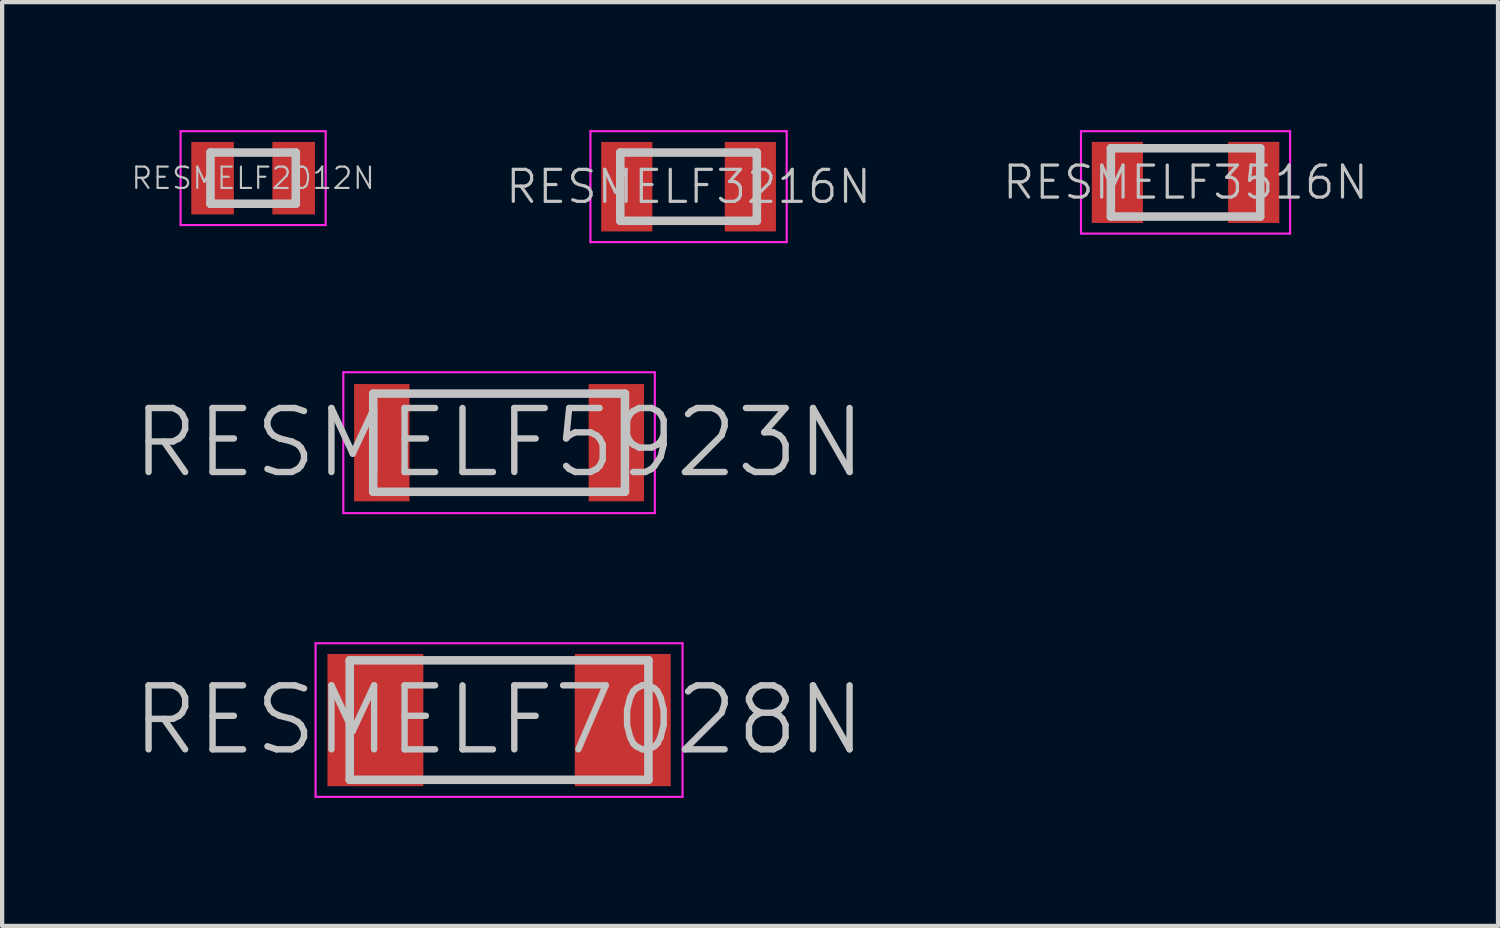
<source format=kicad_pcb>
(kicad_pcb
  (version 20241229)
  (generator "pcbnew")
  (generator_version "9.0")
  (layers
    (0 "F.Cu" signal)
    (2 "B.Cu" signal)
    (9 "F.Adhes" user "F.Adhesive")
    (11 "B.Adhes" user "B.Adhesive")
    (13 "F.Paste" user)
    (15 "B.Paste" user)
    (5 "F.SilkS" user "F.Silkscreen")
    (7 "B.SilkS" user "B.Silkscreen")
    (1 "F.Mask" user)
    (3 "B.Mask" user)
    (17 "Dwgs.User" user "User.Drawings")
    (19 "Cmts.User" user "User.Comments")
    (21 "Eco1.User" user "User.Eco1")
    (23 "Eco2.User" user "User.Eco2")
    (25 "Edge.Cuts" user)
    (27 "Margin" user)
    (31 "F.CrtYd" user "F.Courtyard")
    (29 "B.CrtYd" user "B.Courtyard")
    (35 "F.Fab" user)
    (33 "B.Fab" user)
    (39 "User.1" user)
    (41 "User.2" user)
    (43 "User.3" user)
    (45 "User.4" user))
  (footprint "RESMELF2012N"
    (layer "F.Cu")
    (at 2.882 1.125)
    (property "Reference" "RESMELF2012N" (at 0 0 0) (layer "Dwgs.User") (effects (font (size 0.5 0.5) (thickness 0.05))))
    (attr smd)
    (fp_line (start -1 -0.6) (end -1 0.6) (stroke (width 0.2) (type solid)) (layer "Dwgs.User"))
    (fp_line (start -1 -0.6) (end 1 -0.6) (stroke (width 0.2) (type solid)) (layer "Dwgs.User"))
    (fp_line (start -1 0.6) (end 1 0.6) (stroke (width 0.2) (type solid)) (layer "Dwgs.User"))
    (fp_line (start 1 -0.6) (end 1 0.6) (stroke (width 0.2) (type solid)) (layer "Dwgs.User"))
    (fp_line (start -1.7 -1.1) (end -1.7 1.1) (stroke (width 0.05) (type solid)) (layer "F.CrtYd"))
    (fp_line (start -1.7 -1.1) (end 1.7 -1.1) (stroke (width 0.05) (type solid)) (layer "F.CrtYd"))
    (fp_line (start -1.7 1.1) (end 1.7 1.1) (stroke (width 0.05) (type solid)) (layer "F.CrtYd"))
    (fp_line (start 1.7 -1.1) (end 1.7 1.1) (stroke (width 0.05) (type solid)) (layer "F.CrtYd"))
    (pad "1" smd rect (at -0.95 0 90) (size 1.699 0.998) (layers "F.Cu" "F.Mask" "F.Paste"))
    (pad "2" smd rect (at 0.95 0 270) (size 1.699 0.998) (layers "F.Cu" "F.Mask" "F.Paste")))
  (footprint "RESMELF3516N"
    (layer "F.Cu")
    (at 24.734 1.225)
    (property "Reference" "RESMELF3516N" (at 0 0 0) (layer "Dwgs.User") (effects (font (size 0.75 0.75) (thickness 0.075))))
    (attr smd)
    (fp_line (start -1.75 -0.8) (end -1.75 0.8) (stroke (width 0.2) (type solid)) (layer "Dwgs.User"))
    (fp_line (start -1.75 -0.8) (end 1.75 -0.8) (stroke (width 0.2) (type solid)) (layer "Dwgs.User"))
    (fp_line (start -1.75 0.8) (end 1.75 0.8) (stroke (width 0.2) (type solid)) (layer "Dwgs.User"))
    (fp_line (start 1.75 -0.8) (end 1.75 0.8) (stroke (width 0.2) (type solid)) (layer "Dwgs.User"))
    (fp_line (start -2.45 -1.2) (end -2.45 1.2) (stroke (width 0.05) (type solid)) (layer "F.CrtYd"))
    (fp_line (start -2.45 -1.2) (end 2.45 -1.2) (stroke (width 0.05) (type solid)) (layer "F.CrtYd"))
    (fp_line (start -2.45 1.2) (end 2.45 1.2) (stroke (width 0.05) (type solid)) (layer "F.CrtYd"))
    (fp_line (start 2.45 -1.2) (end 2.45 1.2) (stroke (width 0.05) (type solid)) (layer "F.CrtYd"))
    (pad "1" smd rect (at -1.598 0 90) (size 1.9 1.199) (layers "F.Cu" "F.Mask" "F.Paste"))
    (pad "2" smd rect (at 1.598 0 270) (size 1.9 1.199) (layers "F.Cu" "F.Mask" "F.Paste")))
  (footprint "RESMELF5923N"
    (layer "F.Cu")
    (at 8.646 7.325)
    (property "Reference" "RESMELF5923N" (at 0 0 0) (layer "Dwgs.User") (effects (font (size 1.5 1.5) (thickness 0.15))))
    (attr smd)
    (fp_line (start -2.95 -1.15) (end -2.95 1.15) (stroke (width 0.2) (type solid)) (layer "Dwgs.User"))
    (fp_line (start -2.95 -1.15) (end 2.95 -1.15) (stroke (width 0.2) (type solid)) (layer "Dwgs.User"))
    (fp_line (start -2.95 1.15) (end 2.95 1.15) (stroke (width 0.2) (type solid)) (layer "Dwgs.User"))
    (fp_line (start 2.95 -1.15) (end 2.95 1.15) (stroke (width 0.2) (type solid)) (layer "Dwgs.User"))
    (fp_line (start -3.65 -1.65) (end -3.65 1.65) (stroke (width 0.05) (type solid)) (layer "F.CrtYd"))
    (fp_line (start -3.65 -1.65) (end 3.65 -1.65) (stroke (width 0.05) (type solid)) (layer "F.CrtYd"))
    (fp_line (start -3.65 1.65) (end 3.65 1.65) (stroke (width 0.05) (type solid)) (layer "F.CrtYd"))
    (fp_line (start 3.65 -1.65) (end 3.65 1.65) (stroke (width 0.05) (type solid)) (layer "F.CrtYd"))
    (pad "1" smd rect (at -2.748 0 90) (size 2.748 1.298) (layers "F.Cu" "F.Mask" "F.Paste"))
    (pad "2" smd rect (at 2.748 0 270) (size 2.748 1.298) (layers "F.Cu" "F.Mask" "F.Paste")))
  (footprint "RESMELF7028N"
    (layer "F.Cu")
    (at 8.646 13.825)
    (property "Reference" "RESMELF7028N" (at 0 0 0) (layer "Dwgs.User") (effects (font (size 1.5 1.5) (thickness 0.15))))
    (attr smd)
    (fp_line (start -3.5 -1.4) (end -3.5 1.4) (stroke (width 0.2) (type solid)) (layer "Dwgs.User"))
    (fp_line (start -3.5 -1.4) (end 3.5 -1.4) (stroke (width 0.2) (type solid)) (layer "Dwgs.User"))
    (fp_line (start -3.5 1.4) (end 3.5 1.4) (stroke (width 0.2) (type solid)) (layer "Dwgs.User"))
    (fp_line (start 3.5 -1.4) (end 3.5 1.4) (stroke (width 0.2) (type solid)) (layer "Dwgs.User"))
    (fp_line (start -4.3 -1.8) (end -4.3 1.8) (stroke (width 0.05) (type solid)) (layer "F.CrtYd"))
    (fp_line (start -4.3 -1.8) (end 4.3 -1.8) (stroke (width 0.05) (type solid)) (layer "F.CrtYd"))
    (fp_line (start -4.3 1.8) (end 4.3 1.8) (stroke (width 0.05) (type solid)) (layer "F.CrtYd"))
    (fp_line (start 4.3 -1.8) (end 4.3 1.8) (stroke (width 0.05) (type solid)) (layer "F.CrtYd"))
    (pad "1" smd rect (at -2.898 0 90) (size 3.099 2.248) (layers "F.Cu" "F.Mask" "F.Paste"))
    (pad "2" smd rect (at 2.898 0 270) (size 3.099 2.248) (layers "F.Cu" "F.Mask" "F.Paste")))
  (footprint "RESMELF3216N"
    (layer "F.Cu")
    (at 13.087 1.325)
    (property "Reference" "RESMELF3216N" (at 0 0 0) (layer "Dwgs.User") (effects (font (size 0.75 0.75) (thickness 0.075))))
    (attr smd)
    (fp_line (start -1.6 -0.8) (end -1.6 0.8) (stroke (width 0.2) (type solid)) (layer "Dwgs.User"))
    (fp_line (start -1.6 -0.8) (end 1.6 -0.8) (stroke (width 0.2) (type solid)) (layer "Dwgs.User"))
    (fp_line (start -1.6 0.8) (end 1.6 0.8) (stroke (width 0.2) (type solid)) (layer "Dwgs.User"))
    (fp_line (start 1.6 -0.8) (end 1.6 0.8) (stroke (width 0.2) (type solid)) (layer "Dwgs.User"))
    (fp_line (start -2.3 -1.3) (end -2.3 1.3) (stroke (width 0.05) (type solid)) (layer "F.CrtYd"))
    (fp_line (start -2.3 -1.3) (end 2.3 -1.3) (stroke (width 0.05) (type solid)) (layer "F.CrtYd"))
    (fp_line (start -2.3 1.3) (end 2.3 1.3) (stroke (width 0.05) (type solid)) (layer "F.CrtYd"))
    (fp_line (start 2.3 -1.3) (end 2.3 1.3) (stroke (width 0.05) (type solid)) (layer "F.CrtYd"))
    (pad "1" smd rect (at -1.448 0 90) (size 2.098 1.199) (layers "F.Cu" "F.Mask" "F.Paste"))
    (pad "2" smd rect (at 1.448 0 270) (size 2.098 1.199) (layers "F.Cu" "F.Mask" "F.Paste")))
  (gr_rect
    (start -3 -3)
    (end 32.057 18.65)
    (stroke (width 0.1) (type default))
    (fill no)
    (layer "Edge.Cuts")))
</source>
